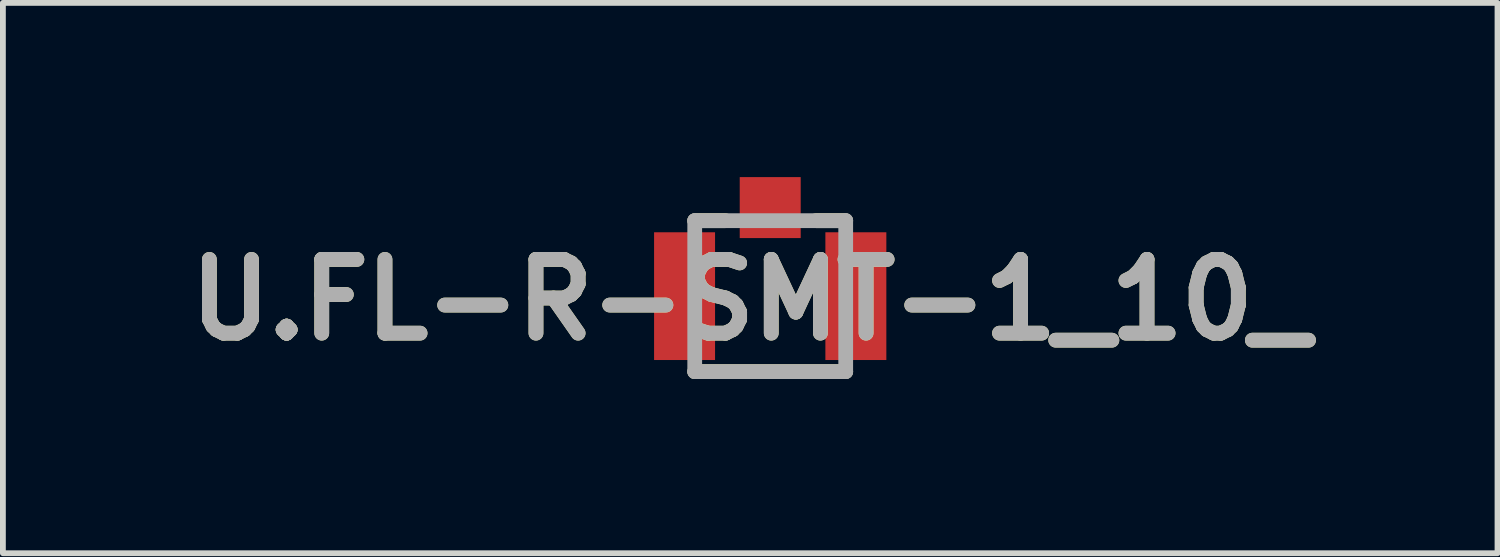
<source format=kicad_pcb>
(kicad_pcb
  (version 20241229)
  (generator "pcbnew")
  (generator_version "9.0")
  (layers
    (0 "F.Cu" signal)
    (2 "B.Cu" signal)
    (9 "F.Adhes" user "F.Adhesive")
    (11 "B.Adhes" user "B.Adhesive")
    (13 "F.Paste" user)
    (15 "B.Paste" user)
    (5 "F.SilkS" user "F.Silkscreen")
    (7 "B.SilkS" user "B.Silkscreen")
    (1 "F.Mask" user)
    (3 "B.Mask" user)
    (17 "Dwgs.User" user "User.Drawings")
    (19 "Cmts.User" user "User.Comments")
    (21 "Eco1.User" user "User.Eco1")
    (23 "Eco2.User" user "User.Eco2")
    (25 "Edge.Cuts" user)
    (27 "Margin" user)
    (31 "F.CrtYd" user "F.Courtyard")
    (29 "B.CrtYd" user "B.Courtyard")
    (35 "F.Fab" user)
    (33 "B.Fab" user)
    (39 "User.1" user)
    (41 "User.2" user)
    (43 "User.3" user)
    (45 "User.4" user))
  (footprint "U.FL-R-SMT-1_10_"
    (layer "F.Cu")
    (at 10.214 2.05)
    (property "Reference" "U.FL-R-SMT-1_10_" (at -0.345 0.063 0) (layer "F.SilkS") (effects (font (size 1.27 1.27) (thickness 0.254))))
    (attr smd)
    (fp_line (start -1.3 -1.3) (end -0.77 -1.3) (stroke (width 0.254) (type solid)) (layer "F.SilkS"))
    (fp_line (start -1.3 1.3) (end 1.3 1.3) (stroke (width 0.254) (type solid)) (layer "F.SilkS"))
    (fp_line (start 1.3 -1.3) (end 0.788 -1.3) (stroke (width 0.254) (type solid)) (layer "F.SilkS"))
    (fp_line (start -1.3 -1.3) (end 1.3 -1.3) (stroke (width 0.254) (type solid)) (layer "F.Fab"))
    (fp_line (start -1.3 1.3) (end -1.3 -1.3) (stroke (width 0.254) (type solid)) (layer "F.Fab"))
    (fp_line (start 1.3 -1.3) (end 1.3 1.3) (stroke (width 0.254) (type solid)) (layer "F.Fab"))
    (fp_line (start 1.3 1.3) (end -1.3 1.3) (stroke (width 0.254) (type solid)) (layer "F.Fab"))
    (fp_text user "${REFERENCE}" (at -0.345 0.063 0) (layer "F.Fab") (effects (font (size 1.27 1.27) (thickness 0.254))))
    (pad "1" smd rect (at -1.475 0) (size 1.05 2.2) (layers "F.Cu" "F.Mask" "F.Paste"))
    (pad "2" smd rect (at 1.475 0) (size 1.05 2.2) (layers "F.Cu" "F.Mask" "F.Paste"))
    (pad "3" smd rect (at 0 -1.525 90) (size 1.05 1.05) (layers "F.Cu" "F.Mask" "F.Paste")))
  (gr_rect
    (start -3 -3)
    (end 22.739 6.477)
    (stroke (width 0.1) (type default))
    (fill no)
    (layer "Edge.Cuts")))
</source>
